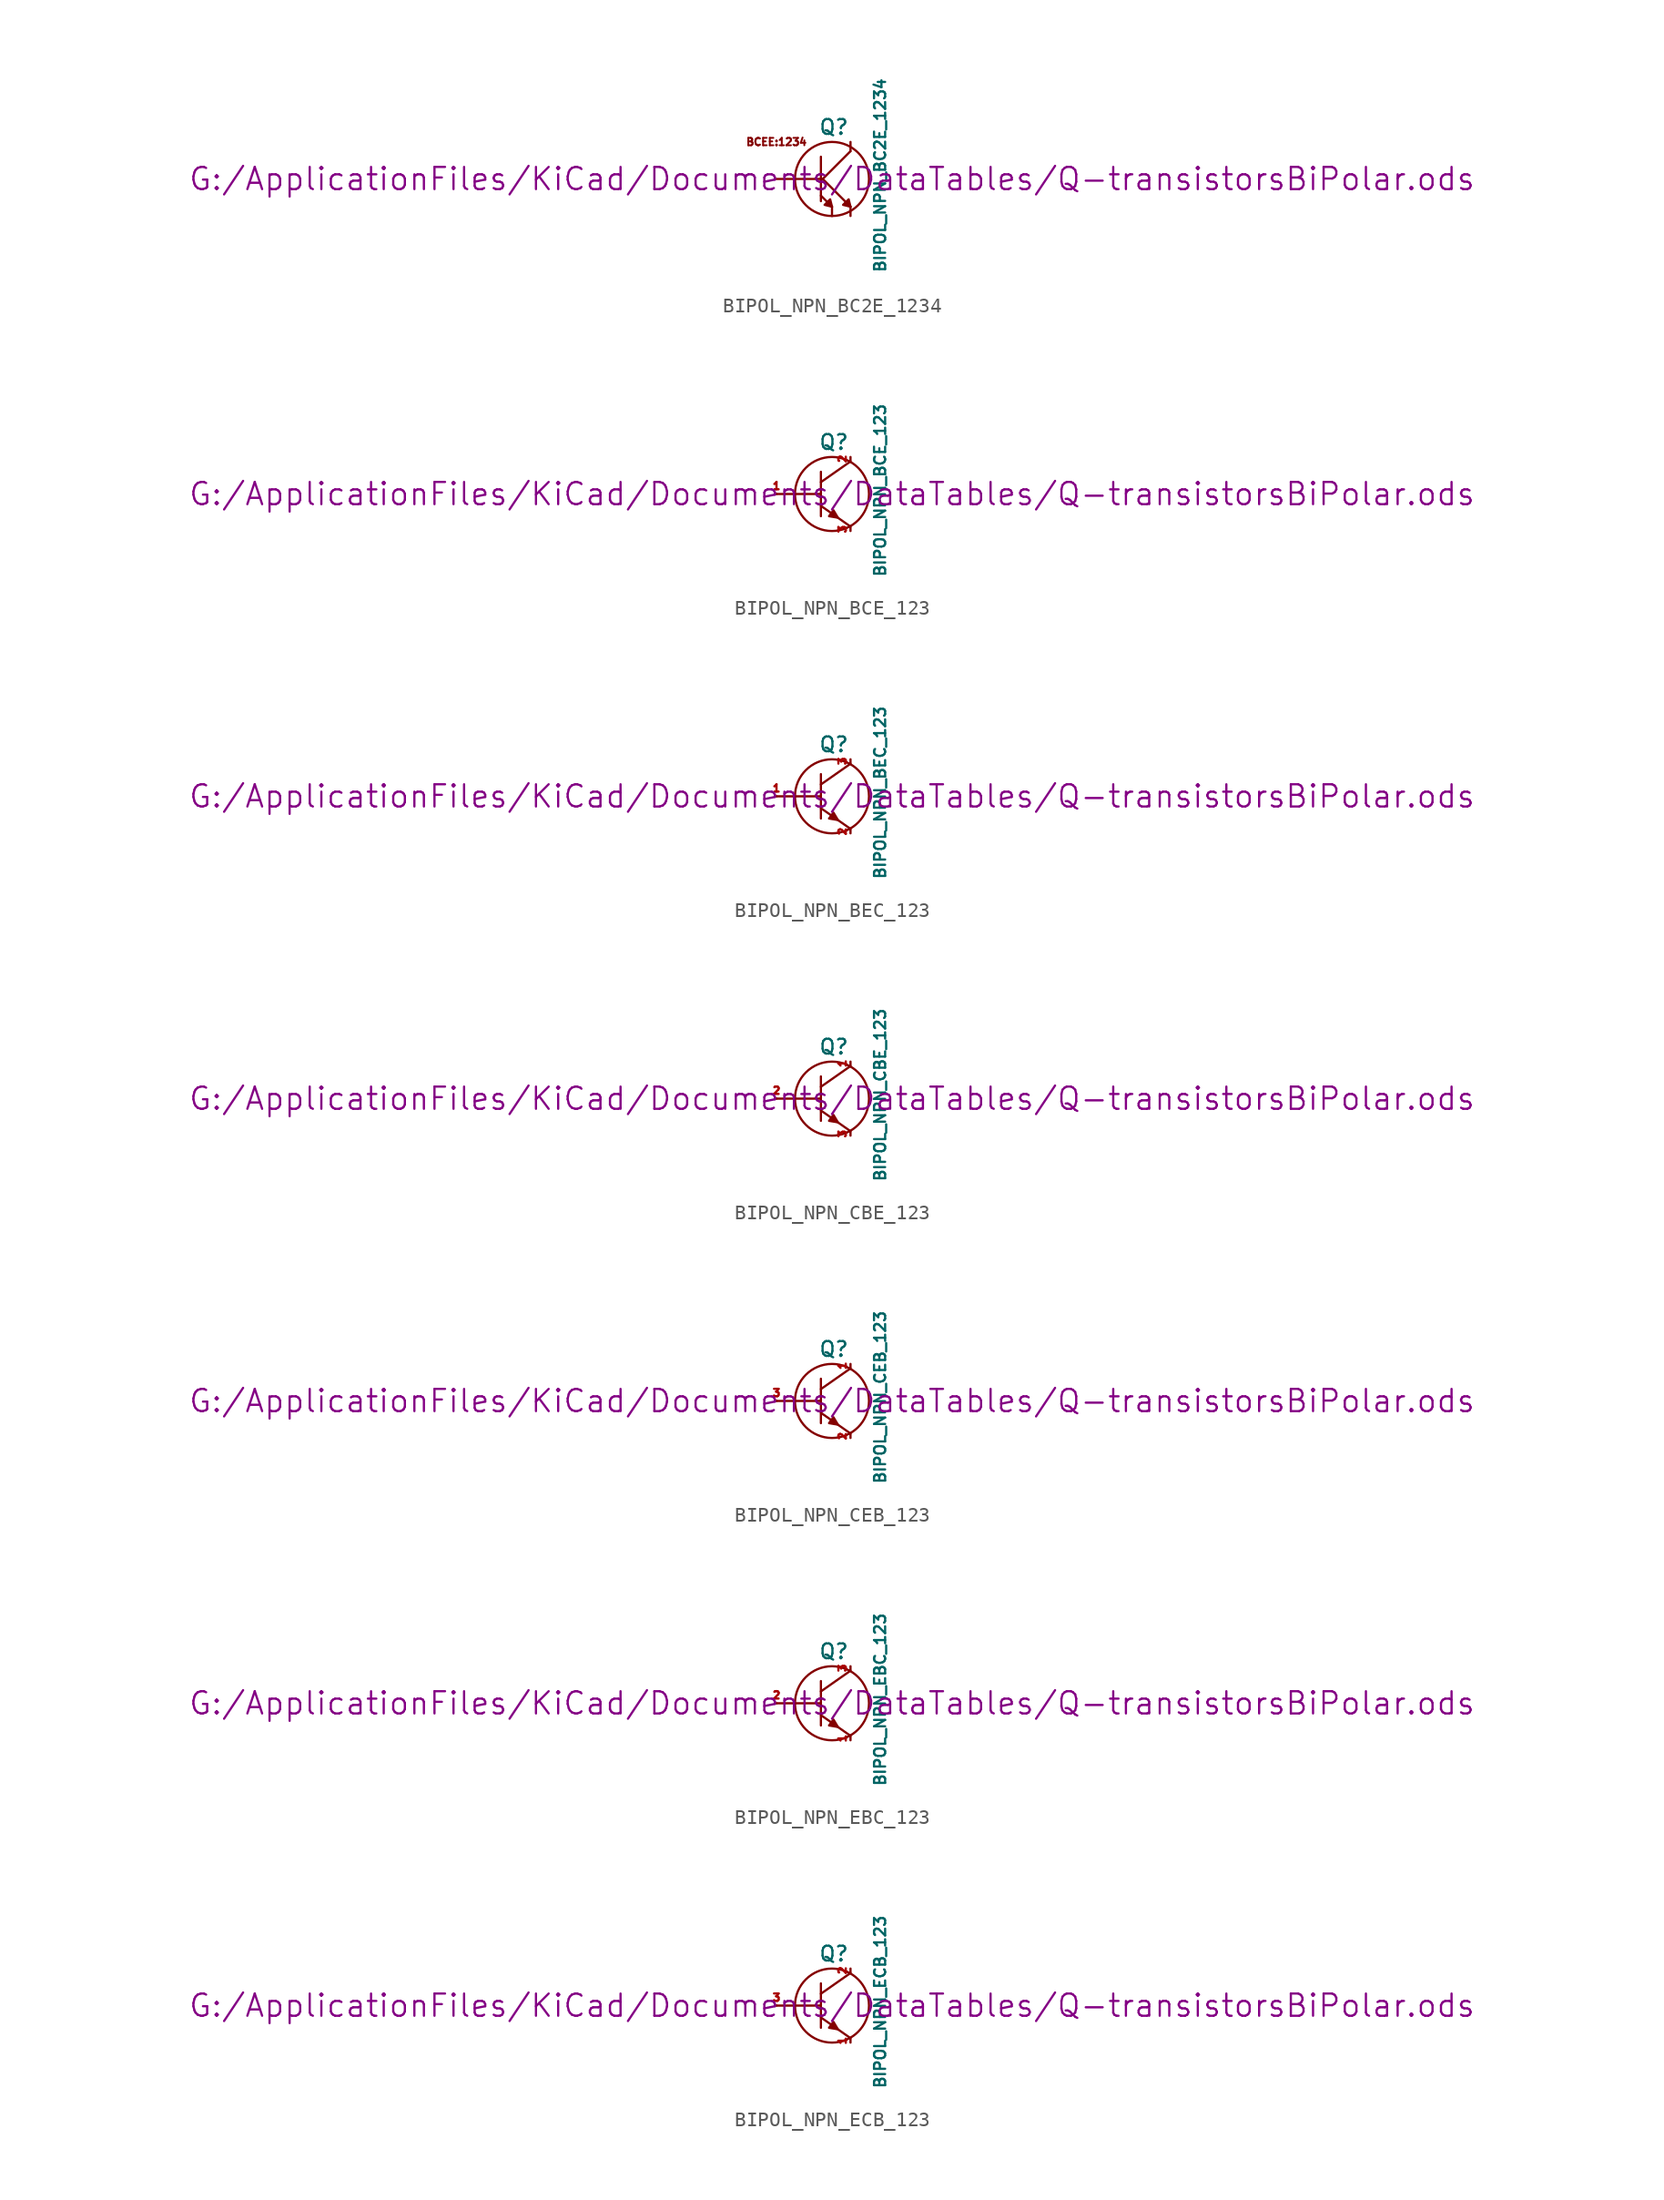
<source format=kicad_sym>
(kicad_symbol_lib
  (version 20211014)
  (generator kicad_symbol_editor)
  (symbol "BIPOL_NPN_BC2E_1234"
    (pin_numbers hide)
    (pin_names
      (offset 0) hide)
    (property "Reference" "Q"
      (at 0.127 3.556 0)
      (effects (font (size 1.016 1.016))))
    (property "Value" "BIPOL_NPN_BC2E_1234"
      (at 3.302 0.254 90)
      (effects (font (size 0.762 0.762))))
    (property "Footprint" ""
      (at 0 0 0)
      (effects (font (size 1.524 1.524))))
    (property "Datasheet" "G:/ApplicationFiles/KiCad/Documents/DataTables/Q-transistorsBiPolar.ods"
      (at 0 0 0)
      (effects (font (size 1.524 1.524))))
    (symbol "BIPOL_NPN_BC2E_1234_0_0"
      (text "BCEE:1234" (at -3.81 2.54 0) (effects (font (size 0.508 0.508)))))
    (symbol "BIPOL_NPN_BC2E_1234_0_1"
      (polyline (pts (xy -0.762 1.524) (xy -0.762 -1.524)) (stroke (width 0) (type default) (color 0 0 0 0)) (fill (type none)))
      (polyline (pts (xy -0.635 0) (xy 1.27 -1.905)) (stroke (width 0) (type default) (color 0 0 0 0)) (fill (type none)))
      (polyline (pts (xy 0 -1.905) (xy -0.762 -1.143)) (stroke (width 0) (type default) (color 0 0 0 0)) (fill (type none)))
      (polyline (pts (xy 1.27 1.905) (xy -0.635 0)) (stroke (width 0) (type default) (color 0 0 0 0)) (fill (type none)))
      (polyline (pts (xy 0 -1.905) (xy -0.127 -1.397) (xy -0.508 -1.778) (xy 0 -1.905)) (stroke (width 0) (type default) (color 0 0 0 0)) (fill (type outline)))
      (polyline (pts (xy 1.27 -1.905) (xy 1.143 -1.397) (xy 0.762 -1.778) (xy 1.27 -1.905)) (stroke (width 0) (type default) (color 0 0 0 0)) (fill (type outline)))
      (circle (center 0 0) (radius 2.54) (stroke (width 0) (type default) (color 0 0 0 0)) (fill (type none))))
    (symbol "BIPOL_NPN_BC2E_1234_1_1"
      (pin passive line (at -3.81 0 0) (length 3.175) (name "B" (effects (font (size 0.635 0.635)))) (number "1" (effects (font (size 0.635 0.635)))))
      (pin passive line (at 1.27 2.54 270) (length 0.635) (name "C" (effects (font (size 0.635 0.635)))) (number "2" (effects (font (size 0.635 0.635)))))
      (pin passive line (at 0 -2.54 90) (length 0.635) (name "E1" (effects (font (size 0.635 0.635)))) (number "3" (effects (font (size 0.635 0.635)))))
      (pin passive line (at 1.27 -2.54 90) (length 0.635) (name "E2" (effects (font (size 0.635 0.635)))) (number "4" (effects (font (size 0.635 0.635)))))))
  (symbol "BIPOL_NPN_BCE_123"
    (pin_names
      (offset 0) hide)
    (property "Reference" "Q"
      (at 0.127 3.556 0)
      (effects (font (size 1.016 1.016))))
    (property "Value" "BIPOL_NPN_BCE_123"
      (at 3.302 0.254 90)
      (effects (font (size 0.762 0.762))))
    (property "Footprint" ""
      (at 0 0 0)
      (effects (font (size 1.524 1.524))))
    (property "Datasheet" "G:/ApplicationFiles/KiCad/Documents/DataTables/Q-transistorsBiPolar.ods"
      (at 0 0 0)
      (effects (font (size 1.524 1.524))))
    (symbol "BIPOL_NPN_BCE_123_0_1"
      (polyline (pts (xy -3.81 0) (xy -0.762 0)) (stroke (width 0) (type default) (color 0 0 0 0)) (fill (type none)))
      (polyline (pts (xy -0.762 -0.813) (xy 1.27 -2.235)) (stroke (width 0) (type default) (color 0 0 0 0)) (fill (type none)))
      (polyline (pts (xy -0.762 0.813) (xy 1.27 2.235)) (stroke (width 0) (type default) (color 0 0 0 0)) (fill (type none)))
      (polyline (pts (xy -0.762 1.524) (xy -0.762 -1.524)) (stroke (width 0) (type default) (color 0 0 0 0)) (fill (type none)))
      (polyline (pts (xy 0.406 -1.626) (xy 0.102 -1.118) (xy -0.203 -1.524) (xy 0.406 -1.626)) (stroke (width 0) (type default) (color 0 0 0 0)) (fill (type outline)))
      (circle (center 0 0) (radius 2.54) (stroke (width 0) (type default) (color 0 0 0 0)) (fill (type none))))
    (symbol "BIPOL_NPN_BCE_123_1_1"
      (pin passive line (at -3.81 0 0) (length 0) (name "B" (effects (font (size 0.508 0.508)))) (number "1" (effects (font (size 0.508 0.508)))))
      (pin passive line (at 1.27 2.54 270) (length 0.254) (name "C" (effects (font (size 0.635 0.635)))) (number "2" (effects (font (size 0.508 0.508)))))
      (pin passive line (at 1.27 -2.54 90) (length 0.254) (name "E" (effects (font (size 0.635 0.635)))) (number "3" (effects (font (size 0.508 0.508)))))))
  (symbol "BIPOL_NPN_BEC_123"
    (pin_names
      (offset 0) hide)
    (property "Reference" "Q"
      (at 0.127 3.556 0)
      (effects (font (size 1.016 1.016))))
    (property "Value" "BIPOL_NPN_BEC_123"
      (at 3.302 0.254 90)
      (effects (font (size 0.762 0.762))))
    (property "Footprint" ""
      (at 0 0 0)
      (effects (font (size 1.524 1.524))))
    (property "Datasheet" "G:/ApplicationFiles/KiCad/Documents/DataTables/Q-transistorsBiPolar.ods"
      (at 0 0 0)
      (effects (font (size 1.524 1.524))))
    (symbol "BIPOL_NPN_BEC_123_0_1"
      (polyline (pts (xy -3.81 0) (xy -0.762 0)) (stroke (width 0) (type default) (color 0 0 0 0)) (fill (type none)))
      (polyline (pts (xy -0.762 -0.813) (xy 1.27 -2.235)) (stroke (width 0) (type default) (color 0 0 0 0)) (fill (type none)))
      (polyline (pts (xy -0.762 0.813) (xy 1.27 2.235)) (stroke (width 0) (type default) (color 0 0 0 0)) (fill (type none)))
      (polyline (pts (xy -0.762 1.524) (xy -0.762 -1.524)) (stroke (width 0) (type default) (color 0 0 0 0)) (fill (type none)))
      (polyline (pts (xy 0.406 -1.626) (xy 0.102 -1.118) (xy -0.203 -1.524) (xy 0.406 -1.626)) (stroke (width 0) (type default) (color 0 0 0 0)) (fill (type outline)))
      (circle (center 0 0) (radius 2.54) (stroke (width 0) (type default) (color 0 0 0 0)) (fill (type none))))
    (symbol "BIPOL_NPN_BEC_123_1_1"
      (pin passive line (at -3.81 0 0) (length 0) (name "B" (effects (font (size 0.508 0.508)))) (number "1" (effects (font (size 0.508 0.508)))))
      (pin passive line (at 1.27 -2.54 90) (length 0.254) (name "E" (effects (font (size 0.635 0.635)))) (number "2" (effects (font (size 0.508 0.508)))))
      (pin passive line (at 1.27 2.54 270) (length 0.254) (name "C" (effects (font (size 0.635 0.635)))) (number "3" (effects (font (size 0.508 0.508)))))))
  (symbol "BIPOL_NPN_CBE_123"
    (pin_names
      (offset 0) hide)
    (property "Reference" "Q"
      (at 0.127 3.556 0)
      (effects (font (size 1.016 1.016))))
    (property "Value" "BIPOL_NPN_CBE_123"
      (at 3.302 0.254 90)
      (effects (font (size 0.762 0.762))))
    (property "Footprint" ""
      (at 0 0 0)
      (effects (font (size 1.524 1.524))))
    (property "Datasheet" "G:/ApplicationFiles/KiCad/Documents/DataTables/Q-transistorsBiPolar.ods"
      (at 0 0 0)
      (effects (font (size 1.524 1.524))))
    (symbol "BIPOL_NPN_CBE_123_0_1"
      (polyline (pts (xy -3.81 0) (xy -0.762 0)) (stroke (width 0) (type default) (color 0 0 0 0)) (fill (type none)))
      (polyline (pts (xy -0.762 -0.813) (xy 1.27 -2.235)) (stroke (width 0) (type default) (color 0 0 0 0)) (fill (type none)))
      (polyline (pts (xy -0.762 0.813) (xy 1.27 2.235)) (stroke (width 0) (type default) (color 0 0 0 0)) (fill (type none)))
      (polyline (pts (xy -0.762 1.524) (xy -0.762 -1.524)) (stroke (width 0) (type default) (color 0 0 0 0)) (fill (type none)))
      (polyline (pts (xy 0.406 -1.626) (xy 0.102 -1.118) (xy -0.203 -1.524) (xy 0.406 -1.626)) (stroke (width 0) (type default) (color 0 0 0 0)) (fill (type outline)))
      (circle (center 0 0) (radius 2.54) (stroke (width 0) (type default) (color 0 0 0 0)) (fill (type none))))
    (symbol "BIPOL_NPN_CBE_123_1_1"
      (pin passive line (at 1.27 2.54 270) (length 0.254) (name "C" (effects (font (size 0.635 0.635)))) (number "1" (effects (font (size 0.508 0.508)))))
      (pin passive line (at -3.81 0 0) (length 0) (name "B" (effects (font (size 0.508 0.508)))) (number "2" (effects (font (size 0.508 0.508)))))
      (pin passive line (at 1.27 -2.54 90) (length 0.254) (name "E" (effects (font (size 0.635 0.635)))) (number "3" (effects (font (size 0.508 0.508)))))))
  (symbol "BIPOL_NPN_CEB_123"
    (pin_names
      (offset 0) hide)
    (property "Reference" "Q"
      (at 0.127 3.556 0)
      (effects (font (size 1.016 1.016))))
    (property "Value" "BIPOL_NPN_CEB_123"
      (at 3.302 0.254 90)
      (effects (font (size 0.762 0.762))))
    (property "Footprint" ""
      (at 0 0 0)
      (effects (font (size 1.524 1.524))))
    (property "Datasheet" "G:/ApplicationFiles/KiCad/Documents/DataTables/Q-transistorsBiPolar.ods"
      (at 0 0 0)
      (effects (font (size 1.524 1.524))))
    (symbol "BIPOL_NPN_CEB_123_0_1"
      (polyline (pts (xy -3.81 0) (xy -0.762 0)) (stroke (width 0) (type default) (color 0 0 0 0)) (fill (type none)))
      (polyline (pts (xy -0.762 -0.813) (xy 1.27 -2.235)) (stroke (width 0) (type default) (color 0 0 0 0)) (fill (type none)))
      (polyline (pts (xy -0.762 0.813) (xy 1.27 2.235)) (stroke (width 0) (type default) (color 0 0 0 0)) (fill (type none)))
      (polyline (pts (xy -0.762 1.524) (xy -0.762 -1.524)) (stroke (width 0) (type default) (color 0 0 0 0)) (fill (type none)))
      (polyline (pts (xy 0.406 -1.626) (xy 0.102 -1.118) (xy -0.203 -1.524) (xy 0.406 -1.626)) (stroke (width 0) (type default) (color 0 0 0 0)) (fill (type outline)))
      (circle (center 0 0) (radius 2.54) (stroke (width 0) (type default) (color 0 0 0 0)) (fill (type none))))
    (symbol "BIPOL_NPN_CEB_123_1_1"
      (pin passive line (at 1.27 2.54 270) (length 0.254) (name "C" (effects (font (size 0.635 0.635)))) (number "1" (effects (font (size 0.508 0.508)))))
      (pin passive line (at 1.27 -2.54 90) (length 0.254) (name "E" (effects (font (size 0.635 0.635)))) (number "2" (effects (font (size 0.508 0.508)))))
      (pin passive line (at -3.81 0 0) (length 0) (name "B" (effects (font (size 0.508 0.508)))) (number "3" (effects (font (size 0.508 0.508)))))))
  (symbol "BIPOL_NPN_EBC_123"
    (pin_names
      (offset 0) hide)
    (property "Reference" "Q"
      (at 0.127 3.556 0)
      (effects (font (size 1.016 1.016))))
    (property "Value" "BIPOL_NPN_EBC_123"
      (at 3.302 0.254 90)
      (effects (font (size 0.762 0.762))))
    (property "Footprint" ""
      (at 0 0 0)
      (effects (font (size 1.524 1.524))))
    (property "Datasheet" "G:/ApplicationFiles/KiCad/Documents/DataTables/Q-transistorsBiPolar.ods"
      (at 0 0 0)
      (effects (font (size 1.524 1.524))))
    (symbol "BIPOL_NPN_EBC_123_0_1"
      (polyline (pts (xy -3.81 0) (xy -0.762 0)) (stroke (width 0) (type default) (color 0 0 0 0)) (fill (type none)))
      (polyline (pts (xy -0.762 -0.813) (xy 1.27 -2.235)) (stroke (width 0) (type default) (color 0 0 0 0)) (fill (type none)))
      (polyline (pts (xy -0.762 0.813) (xy 1.27 2.235)) (stroke (width 0) (type default) (color 0 0 0 0)) (fill (type none)))
      (polyline (pts (xy -0.762 1.524) (xy -0.762 -1.524)) (stroke (width 0) (type default) (color 0 0 0 0)) (fill (type none)))
      (polyline (pts (xy 0.406 -1.626) (xy 0.102 -1.118) (xy -0.203 -1.524) (xy 0.406 -1.626)) (stroke (width 0) (type default) (color 0 0 0 0)) (fill (type outline)))
      (circle (center 0 0) (radius 2.54) (stroke (width 0) (type default) (color 0 0 0 0)) (fill (type none))))
    (symbol "BIPOL_NPN_EBC_123_1_1"
      (pin passive line (at 1.27 -2.54 90) (length 0.254) (name "E" (effects (font (size 0.635 0.635)))) (number "1" (effects (font (size 0.508 0.508)))))
      (pin passive line (at -3.81 0 0) (length 0) (name "B" (effects (font (size 0.508 0.508)))) (number "2" (effects (font (size 0.508 0.508)))))
      (pin passive line (at 1.27 2.54 270) (length 0.254) (name "C" (effects (font (size 0.635 0.635)))) (number "3" (effects (font (size 0.508 0.508)))))))
  (symbol "BIPOL_NPN_ECB_123"
    (pin_names
      (offset 0) hide)
    (property "Reference" "Q"
      (at 0.127 3.556 0)
      (effects (font (size 1.016 1.016))))
    (property "Value" "BIPOL_NPN_ECB_123"
      (at 3.302 0.254 90)
      (effects (font (size 0.762 0.762))))
    (property "Footprint" ""
      (at 0 0 0)
      (effects (font (size 1.524 1.524))))
    (property "Datasheet" "G:/ApplicationFiles/KiCad/Documents/DataTables/Q-transistorsBiPolar.ods"
      (at 0 0 0)
      (effects (font (size 1.524 1.524))))
    (symbol "BIPOL_NPN_ECB_123_0_1"
      (polyline (pts (xy -3.81 0) (xy -0.762 0)) (stroke (width 0) (type default) (color 0 0 0 0)) (fill (type none)))
      (polyline (pts (xy -0.762 -0.813) (xy 1.27 -2.235)) (stroke (width 0) (type default) (color 0 0 0 0)) (fill (type none)))
      (polyline (pts (xy -0.762 0.813) (xy 1.27 2.235)) (stroke (width 0) (type default) (color 0 0 0 0)) (fill (type none)))
      (polyline (pts (xy -0.762 1.524) (xy -0.762 -1.524)) (stroke (width 0) (type default) (color 0 0 0 0)) (fill (type none)))
      (polyline (pts (xy 0.406 -1.626) (xy 0.102 -1.118) (xy -0.203 -1.524) (xy 0.406 -1.626)) (stroke (width 0) (type default) (color 0 0 0 0)) (fill (type outline)))
      (circle (center 0 0) (radius 2.54) (stroke (width 0) (type default) (color 0 0 0 0)) (fill (type none))))
    (symbol "BIPOL_NPN_ECB_123_1_1"
      (pin passive line (at 1.27 -2.54 90) (length 0.254) (name "E" (effects (font (size 0.635 0.635)))) (number "1" (effects (font (size 0.508 0.508)))))
      (pin passive line (at 1.27 2.54 270) (length 0.254) (name "C" (effects (font (size 0.635 0.635)))) (number "2" (effects (font (size 0.508 0.508)))))
      (pin passive line (at -3.81 0 0) (length 0) (name "B" (effects (font (size 0.508 0.508)))) (number "3" (effects (font (size 0.508 0.508))))))))
</source>
